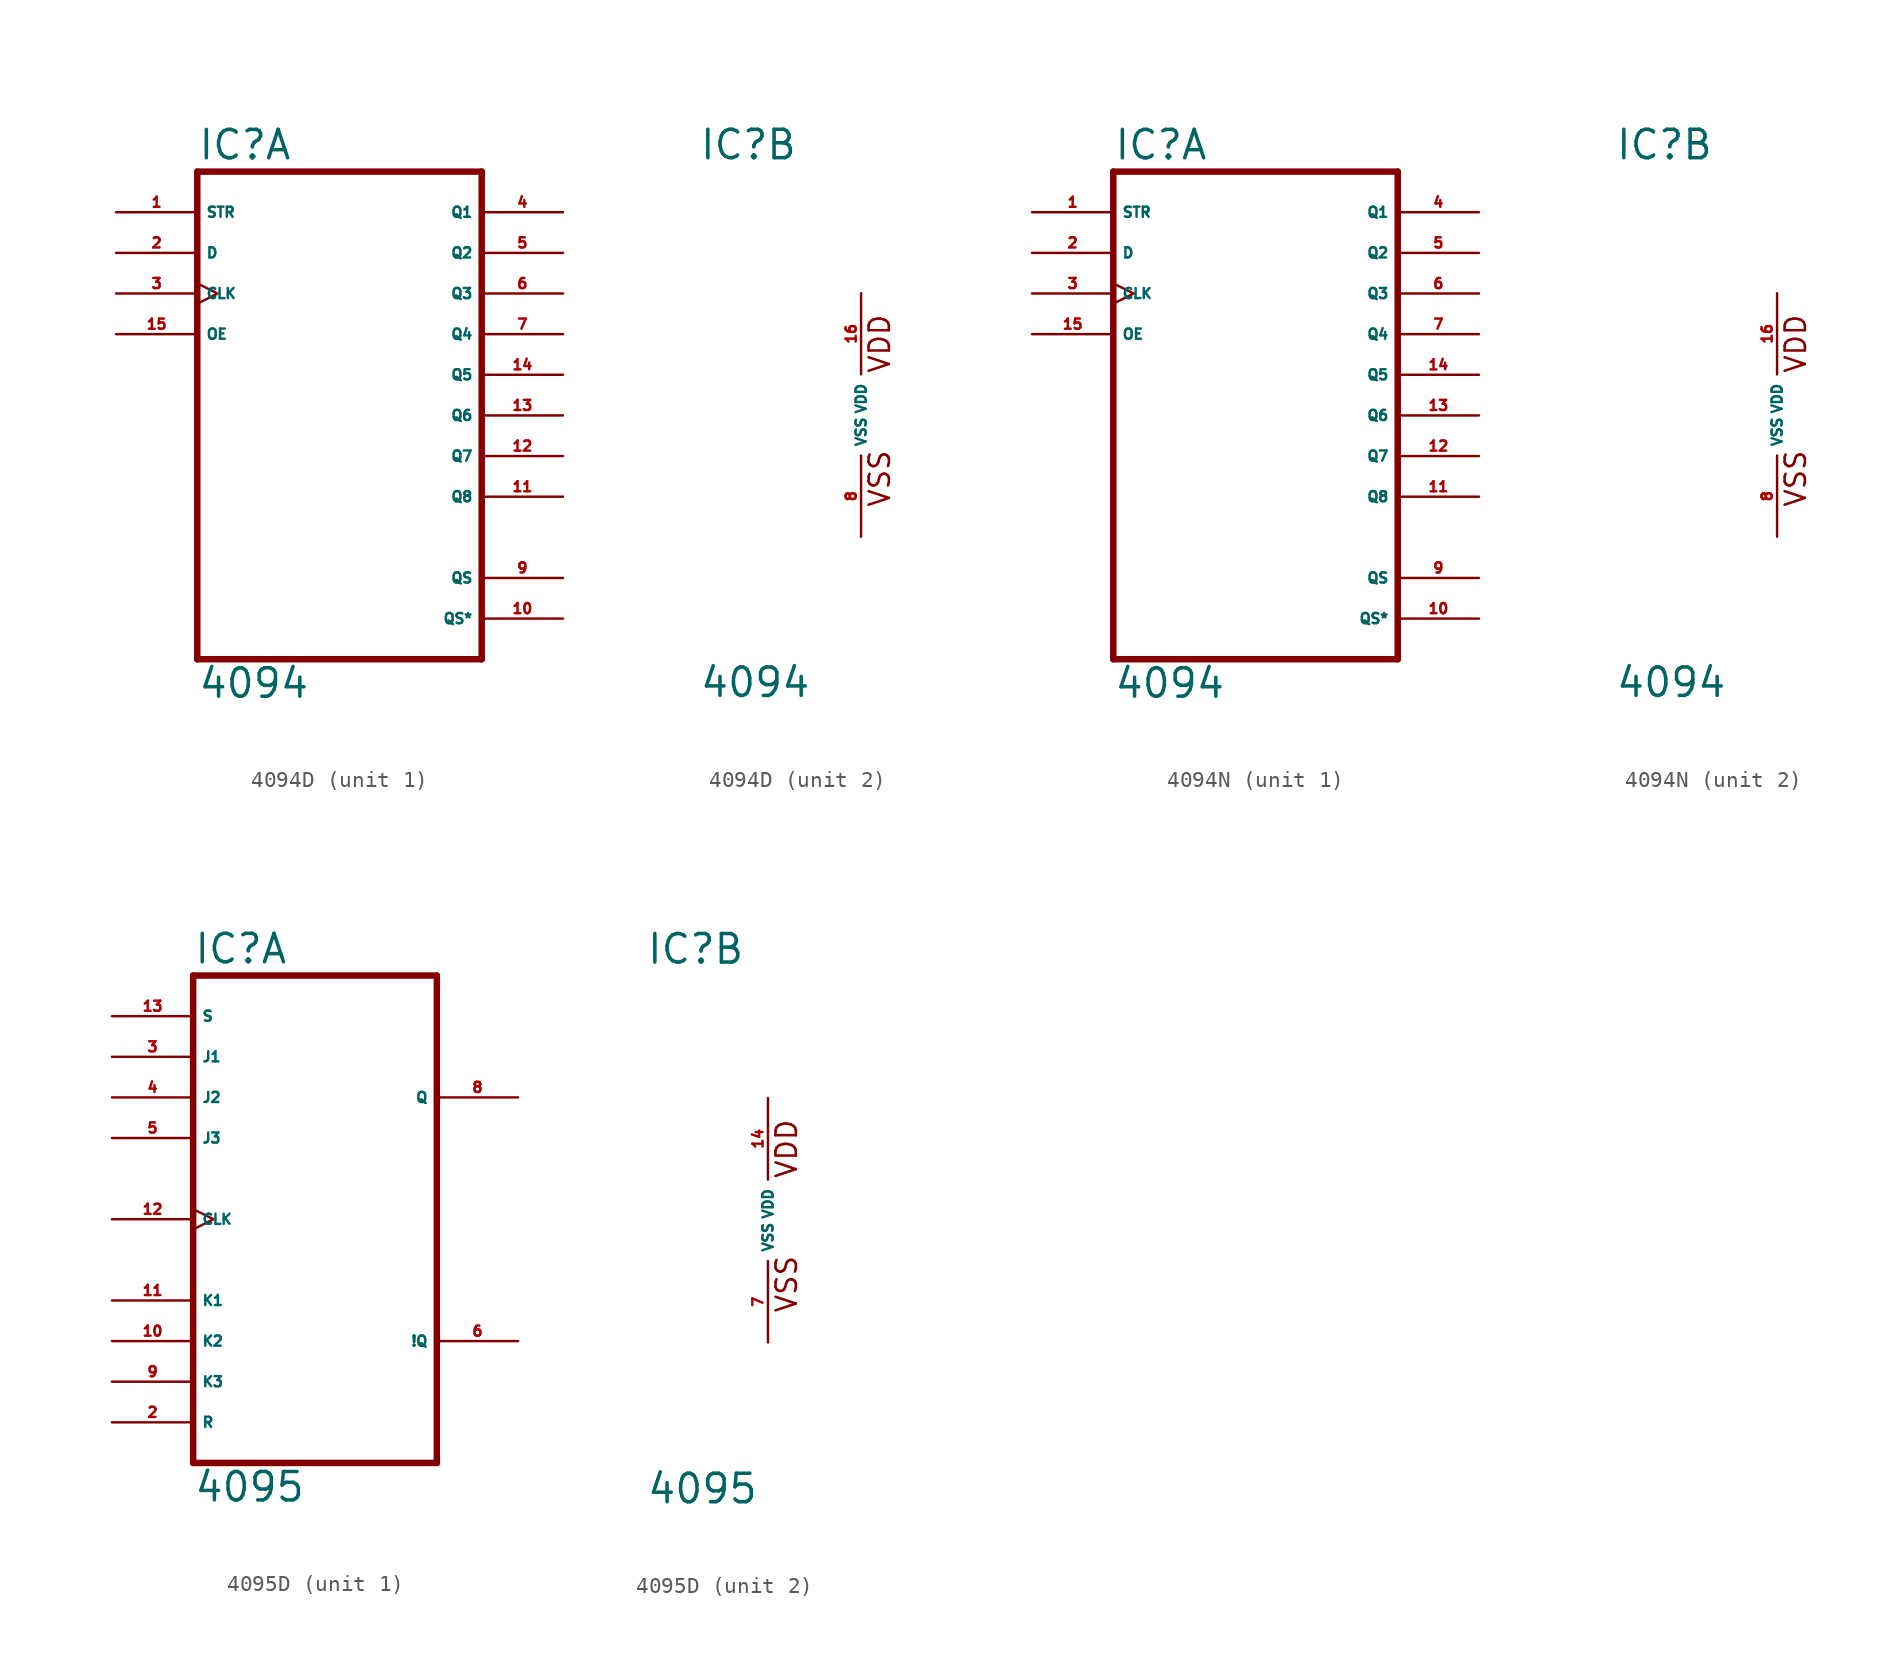
<source format=kicad_sym>
(kicad_symbol_lib
  (version 20220914)
  (generator Eagle2Kicad)
  (symbol "4094D"
    (property "Reference" "IC"
      (at -10.16 15.875 0)
      (effects (font (size 1.778 1.778) (thickness 0.22)) (justify left bottom)))
    (property "Value" "4094"
      (at -10.16 -17.78 0)
      (effects (font (size 1.778 1.778) (thickness 0.22)) (justify left bottom)))
    (symbol "4094D_1_0"
      (polyline (pts (xy -10.16 -15.24) (xy 7.62 -15.24)) (stroke (width 0.406) (type default)) (fill (type none)))
      (polyline (pts (xy 7.62 -15.24) (xy 7.62 15.24)) (stroke (width 0.406) (type default)) (fill (type none)))
      (polyline (pts (xy 7.62 15.24) (xy -10.16 15.24)) (stroke (width 0.406) (type default)) (fill (type none)))
      (polyline (pts (xy -10.16 15.24) (xy -10.16 -15.24)) (stroke (width 0.406) (type default)) (fill (type none)))
      (pin input line (at -15.24 12.7 0) (length 5.08) (name "STR" (effects (font (size 0.635 0.635) (thickness 0.08)) (justify left bottom))) (number "1" (effects (font (size 0.635 0.635) (thickness 0.08)) (justify left bottom))))
      (pin input line (at -15.24 10.16 0) (length 5.08) (name "D" (effects (font (size 0.635 0.635) (thickness 0.08)) (justify left bottom))) (number "2" (effects (font (size 0.635 0.635) (thickness 0.08)) (justify left bottom))))
      (pin input clock (at -15.24 7.62 0) (length 5.08) (name "CLK" (effects (font (size 0.635 0.635) (thickness 0.08)) (justify left bottom))) (number "3" (effects (font (size 0.635 0.635) (thickness 0.08)) (justify left bottom))))
      (pin output line (at 12.7 12.7 180) (length 5.08) (name "Q1" (effects (font (size 0.635 0.635) (thickness 0.08)) (justify left bottom))) (number "4" (effects (font (size 0.635 0.635) (thickness 0.08)) (justify left bottom))))
      (pin output line (at 12.7 10.16 180) (length 5.08) (name "Q2" (effects (font (size 0.635 0.635) (thickness 0.08)) (justify left bottom))) (number "5" (effects (font (size 0.635 0.635) (thickness 0.08)) (justify left bottom))))
      (pin output line (at 12.7 7.62 180) (length 5.08) (name "Q3" (effects (font (size 0.635 0.635) (thickness 0.08)) (justify left bottom))) (number "6" (effects (font (size 0.635 0.635) (thickness 0.08)) (justify left bottom))))
      (pin output line (at 12.7 5.08 180) (length 5.08) (name "Q4" (effects (font (size 0.635 0.635) (thickness 0.08)) (justify left bottom))) (number "7" (effects (font (size 0.635 0.635) (thickness 0.08)) (justify left bottom))))
      (pin output line (at 12.7 -10.16 180) (length 5.08) (name "QS" (effects (font (size 0.635 0.635) (thickness 0.08)) (justify left bottom))) (number "9" (effects (font (size 0.635 0.635) (thickness 0.08)) (justify left bottom))))
      (pin output line (at 12.7 -12.7 180) (length 5.08) (name "QS*" (effects (font (size 0.635 0.635) (thickness 0.08)) (justify left bottom))) (number "10" (effects (font (size 0.635 0.635) (thickness 0.08)) (justify left bottom))))
      (pin output line (at 12.7 -5.08 180) (length 5.08) (name "Q8" (effects (font (size 0.635 0.635) (thickness 0.08)) (justify left bottom))) (number "11" (effects (font (size 0.635 0.635) (thickness 0.08)) (justify left bottom))))
      (pin output line (at 12.7 -2.54 180) (length 5.08) (name "Q7" (effects (font (size 0.635 0.635) (thickness 0.08)) (justify left bottom))) (number "12" (effects (font (size 0.635 0.635) (thickness 0.08)) (justify left bottom))))
      (pin output line (at 12.7 0 180) (length 5.08) (name "Q6" (effects (font (size 0.635 0.635) (thickness 0.08)) (justify left bottom))) (number "13" (effects (font (size 0.635 0.635) (thickness 0.08)) (justify left bottom))))
      (pin output line (at 12.7 2.54 180) (length 5.08) (name "Q5" (effects (font (size 0.635 0.635) (thickness 0.08)) (justify left bottom))) (number "14" (effects (font (size 0.635 0.635) (thickness 0.08)) (justify left bottom))))
      (pin input line (at -15.24 5.08 0) (length 5.08) (name "OE" (effects (font (size 0.635 0.635) (thickness 0.08)) (justify left bottom))) (number "15" (effects (font (size 0.635 0.635) (thickness 0.08)) (justify left bottom)))))
    (symbol "4094D_2_0"
      (text "VDD" (at 1.905 2.54 900) (effects (font (size 1.27 1.27) (thickness 0.16)) (justify left bottom)))
      (text "VSS" (at 1.905 -5.842 900) (effects (font (size 1.27 1.27) (thickness 0.16)) (justify left bottom)))
      (pin unspecified line (at 0 -7.62 90) (length 5.08) (name "VSS" (effects (font (size 0.635 0.635) (thickness 0.08)) (justify left bottom))) (number "8" (effects (font (size 0.635 0.635) (thickness 0.08)) (justify left bottom))))
      (pin unspecified line (at 0 7.62 270) (length 5.08) (name "VDD" (effects (font (size 0.635 0.635) (thickness 0.08)) (justify left bottom))) (number "16" (effects (font (size 0.635 0.635) (thickness 0.08)) (justify left bottom))))))
  (symbol "4094N"
    (property "Reference" "IC"
      (at -10.16 15.875 0)
      (effects (font (size 1.778 1.778) (thickness 0.22)) (justify left bottom)))
    (property "Value" "4094"
      (at -10.16 -17.78 0)
      (effects (font (size 1.778 1.778) (thickness 0.22)) (justify left bottom)))
    (symbol "4094N_1_0"
      (polyline (pts (xy -10.16 -15.24) (xy 7.62 -15.24)) (stroke (width 0.406) (type default)) (fill (type none)))
      (polyline (pts (xy 7.62 -15.24) (xy 7.62 15.24)) (stroke (width 0.406) (type default)) (fill (type none)))
      (polyline (pts (xy 7.62 15.24) (xy -10.16 15.24)) (stroke (width 0.406) (type default)) (fill (type none)))
      (polyline (pts (xy -10.16 15.24) (xy -10.16 -15.24)) (stroke (width 0.406) (type default)) (fill (type none)))
      (pin input line (at -15.24 12.7 0) (length 5.08) (name "STR" (effects (font (size 0.635 0.635) (thickness 0.08)) (justify left bottom))) (number "1" (effects (font (size 0.635 0.635) (thickness 0.08)) (justify left bottom))))
      (pin input line (at -15.24 10.16 0) (length 5.08) (name "D" (effects (font (size 0.635 0.635) (thickness 0.08)) (justify left bottom))) (number "2" (effects (font (size 0.635 0.635) (thickness 0.08)) (justify left bottom))))
      (pin input clock (at -15.24 7.62 0) (length 5.08) (name "CLK" (effects (font (size 0.635 0.635) (thickness 0.08)) (justify left bottom))) (number "3" (effects (font (size 0.635 0.635) (thickness 0.08)) (justify left bottom))))
      (pin output line (at 12.7 12.7 180) (length 5.08) (name "Q1" (effects (font (size 0.635 0.635) (thickness 0.08)) (justify left bottom))) (number "4" (effects (font (size 0.635 0.635) (thickness 0.08)) (justify left bottom))))
      (pin output line (at 12.7 10.16 180) (length 5.08) (name "Q2" (effects (font (size 0.635 0.635) (thickness 0.08)) (justify left bottom))) (number "5" (effects (font (size 0.635 0.635) (thickness 0.08)) (justify left bottom))))
      (pin output line (at 12.7 7.62 180) (length 5.08) (name "Q3" (effects (font (size 0.635 0.635) (thickness 0.08)) (justify left bottom))) (number "6" (effects (font (size 0.635 0.635) (thickness 0.08)) (justify left bottom))))
      (pin output line (at 12.7 5.08 180) (length 5.08) (name "Q4" (effects (font (size 0.635 0.635) (thickness 0.08)) (justify left bottom))) (number "7" (effects (font (size 0.635 0.635) (thickness 0.08)) (justify left bottom))))
      (pin output line (at 12.7 -10.16 180) (length 5.08) (name "QS" (effects (font (size 0.635 0.635) (thickness 0.08)) (justify left bottom))) (number "9" (effects (font (size 0.635 0.635) (thickness 0.08)) (justify left bottom))))
      (pin output line (at 12.7 -12.7 180) (length 5.08) (name "QS*" (effects (font (size 0.635 0.635) (thickness 0.08)) (justify left bottom))) (number "10" (effects (font (size 0.635 0.635) (thickness 0.08)) (justify left bottom))))
      (pin output line (at 12.7 -5.08 180) (length 5.08) (name "Q8" (effects (font (size 0.635 0.635) (thickness 0.08)) (justify left bottom))) (number "11" (effects (font (size 0.635 0.635) (thickness 0.08)) (justify left bottom))))
      (pin output line (at 12.7 -2.54 180) (length 5.08) (name "Q7" (effects (font (size 0.635 0.635) (thickness 0.08)) (justify left bottom))) (number "12" (effects (font (size 0.635 0.635) (thickness 0.08)) (justify left bottom))))
      (pin output line (at 12.7 0 180) (length 5.08) (name "Q6" (effects (font (size 0.635 0.635) (thickness 0.08)) (justify left bottom))) (number "13" (effects (font (size 0.635 0.635) (thickness 0.08)) (justify left bottom))))
      (pin output line (at 12.7 2.54 180) (length 5.08) (name "Q5" (effects (font (size 0.635 0.635) (thickness 0.08)) (justify left bottom))) (number "14" (effects (font (size 0.635 0.635) (thickness 0.08)) (justify left bottom))))
      (pin input line (at -15.24 5.08 0) (length 5.08) (name "OE" (effects (font (size 0.635 0.635) (thickness 0.08)) (justify left bottom))) (number "15" (effects (font (size 0.635 0.635) (thickness 0.08)) (justify left bottom)))))
    (symbol "4094N_2_0"
      (text "VDD" (at 1.905 2.54 900) (effects (font (size 1.27 1.27) (thickness 0.16)) (justify left bottom)))
      (text "VSS" (at 1.905 -5.842 900) (effects (font (size 1.27 1.27) (thickness 0.16)) (justify left bottom)))
      (pin unspecified line (at 0 -7.62 90) (length 5.08) (name "VSS" (effects (font (size 0.635 0.635) (thickness 0.08)) (justify left bottom))) (number "8" (effects (font (size 0.635 0.635) (thickness 0.08)) (justify left bottom))))
      (pin unspecified line (at 0 7.62 270) (length 5.08) (name "VDD" (effects (font (size 0.635 0.635) (thickness 0.08)) (justify left bottom))) (number "16" (effects (font (size 0.635 0.635) (thickness 0.08)) (justify left bottom))))))
  (symbol "4095D"
    (property "Reference" "IC"
      (at -7.62 15.875 0)
      (effects (font (size 1.778 1.778) (thickness 0.22)) (justify left bottom)))
    (property "Value" "4095"
      (at -7.62 -17.78 0)
      (effects (font (size 1.778 1.778) (thickness 0.22)) (justify left bottom)))
    (symbol "4095D_1_0"
      (polyline (pts (xy -7.62 -15.24) (xy 7.62 -15.24)) (stroke (width 0.406) (type default)) (fill (type none)))
      (polyline (pts (xy 7.62 -15.24) (xy 7.62 15.24)) (stroke (width 0.406) (type default)) (fill (type none)))
      (polyline (pts (xy 7.62 15.24) (xy -7.62 15.24)) (stroke (width 0.406) (type default)) (fill (type none)))
      (polyline (pts (xy -7.62 15.24) (xy -7.62 -15.24)) (stroke (width 0.406) (type default)) (fill (type none)))
      (pin input line (at -12.7 -12.7 0) (length 5.08) (name "R" (effects (font (size 0.635 0.635) (thickness 0.08)) (justify left bottom))) (number "2" (effects (font (size 0.635 0.635) (thickness 0.08)) (justify left bottom))))
      (pin input line (at -12.7 10.16 0) (length 5.08) (name "J1" (effects (font (size 0.635 0.635) (thickness 0.08)) (justify left bottom))) (number "3" (effects (font (size 0.635 0.635) (thickness 0.08)) (justify left bottom))))
      (pin input line (at -12.7 7.62 0) (length 5.08) (name "J2" (effects (font (size 0.635 0.635) (thickness 0.08)) (justify left bottom))) (number "4" (effects (font (size 0.635 0.635) (thickness 0.08)) (justify left bottom))))
      (pin input line (at -12.7 5.08 0) (length 5.08) (name "J3" (effects (font (size 0.635 0.635) (thickness 0.08)) (justify left bottom))) (number "5" (effects (font (size 0.635 0.635) (thickness 0.08)) (justify left bottom))))
      (pin output line (at 12.7 -7.62 180) (length 5.08) (name "!Q" (effects (font (size 0.635 0.635) (thickness 0.08)) (justify left bottom))) (number "6" (effects (font (size 0.635 0.635) (thickness 0.08)) (justify left bottom))))
      (pin output line (at 12.7 7.62 180) (length 5.08) (name "Q" (effects (font (size 0.635 0.635) (thickness 0.08)) (justify left bottom))) (number "8" (effects (font (size 0.635 0.635) (thickness 0.08)) (justify left bottom))))
      (pin input line (at -12.7 -10.16 0) (length 5.08) (name "K3" (effects (font (size 0.635 0.635) (thickness 0.08)) (justify left bottom))) (number "9" (effects (font (size 0.635 0.635) (thickness 0.08)) (justify left bottom))))
      (pin input line (at -12.7 -7.62 0) (length 5.08) (name "K2" (effects (font (size 0.635 0.635) (thickness 0.08)) (justify left bottom))) (number "10" (effects (font (size 0.635 0.635) (thickness 0.08)) (justify left bottom))))
      (pin input line (at -12.7 -5.08 0) (length 5.08) (name "K1" (effects (font (size 0.635 0.635) (thickness 0.08)) (justify left bottom))) (number "11" (effects (font (size 0.635 0.635) (thickness 0.08)) (justify left bottom))))
      (pin input clock (at -12.7 0 0) (length 5.08) (name "CLK" (effects (font (size 0.635 0.635) (thickness 0.08)) (justify left bottom))) (number "12" (effects (font (size 0.635 0.635) (thickness 0.08)) (justify left bottom))))
      (pin input line (at -12.7 12.7 0) (length 5.08) (name "S" (effects (font (size 0.635 0.635) (thickness 0.08)) (justify left bottom))) (number "13" (effects (font (size 0.635 0.635) (thickness 0.08)) (justify left bottom)))))
    (symbol "4095D_2_0"
      (text "VDD" (at 1.905 2.54 900) (effects (font (size 1.27 1.27) (thickness 0.16)) (justify left bottom)))
      (text "VSS" (at 1.905 -5.842 900) (effects (font (size 1.27 1.27) (thickness 0.16)) (justify left bottom)))
      (pin unspecified line (at 0 -7.62 90) (length 5.08) (name "VSS" (effects (font (size 0.635 0.635) (thickness 0.08)) (justify left bottom))) (number "7" (effects (font (size 0.635 0.635) (thickness 0.08)) (justify left bottom))))
      (pin unspecified line (at 0 7.62 270) (length 5.08) (name "VDD" (effects (font (size 0.635 0.635) (thickness 0.08)) (justify left bottom))) (number "14" (effects (font (size 0.635 0.635) (thickness 0.08)) (justify left bottom)))))))
</source>
